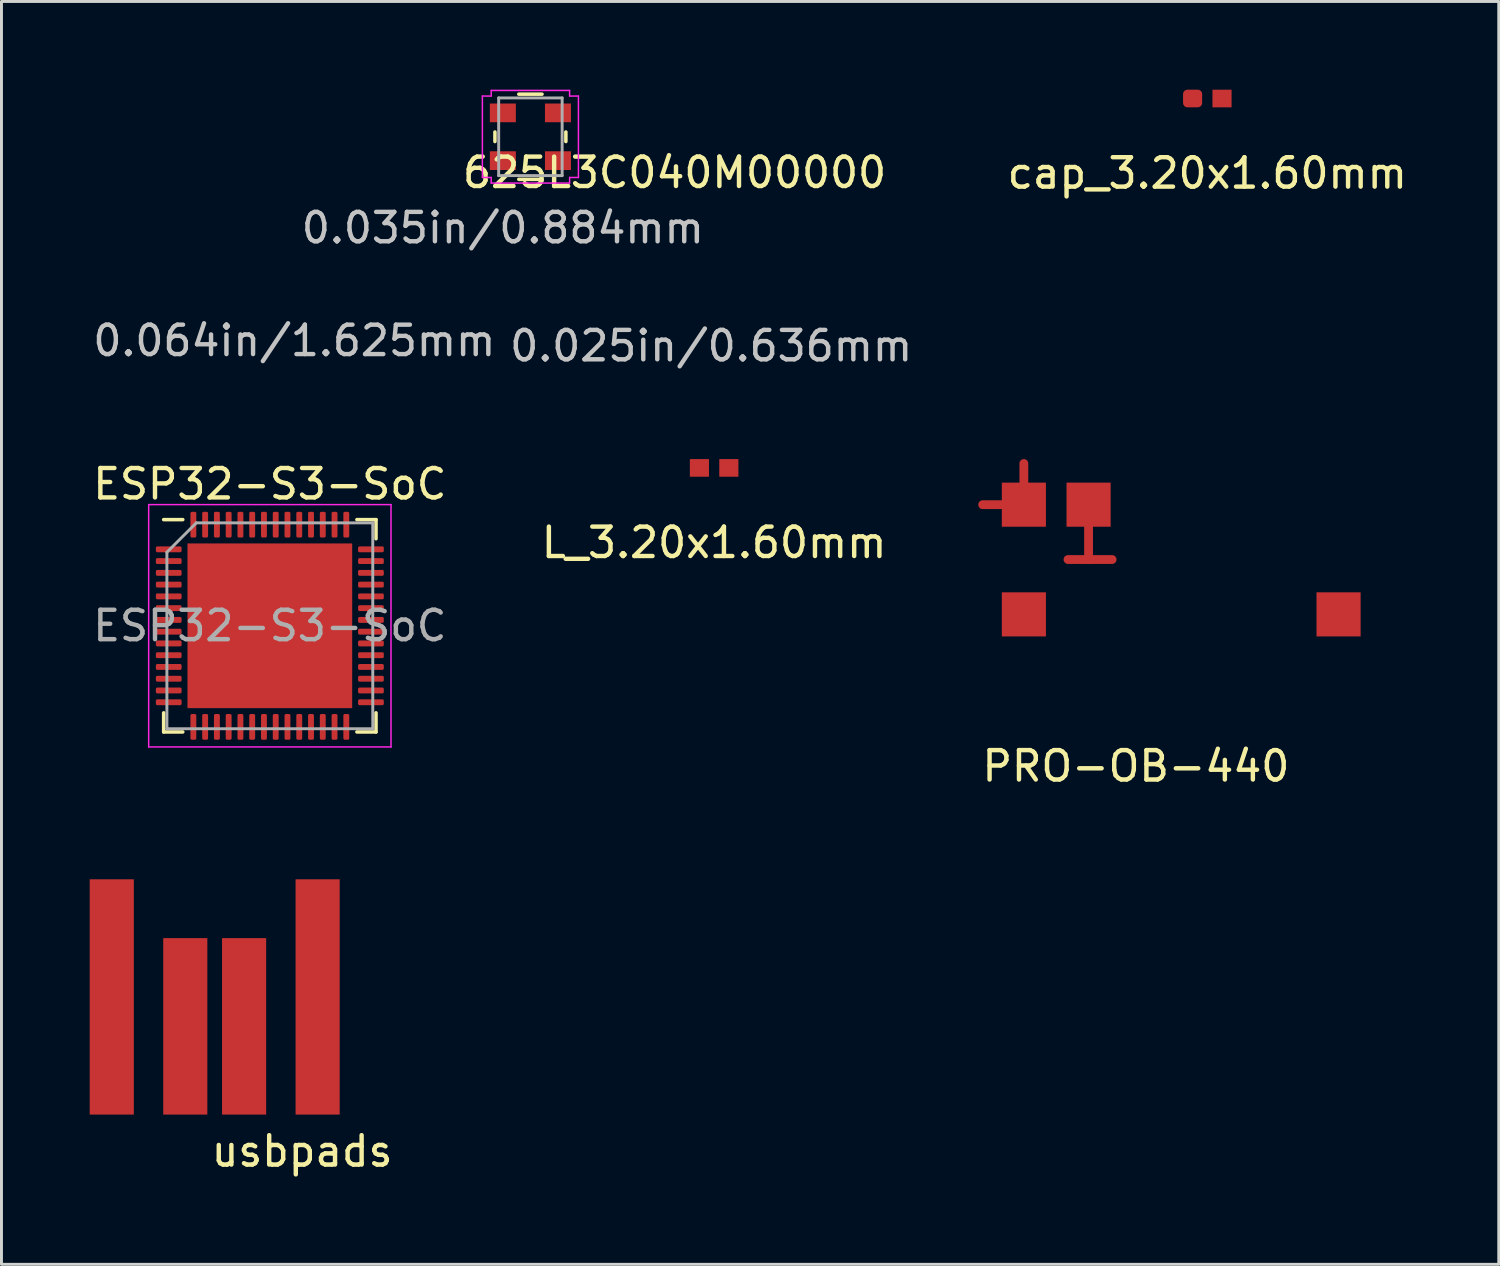
<source format=kicad_pcb>
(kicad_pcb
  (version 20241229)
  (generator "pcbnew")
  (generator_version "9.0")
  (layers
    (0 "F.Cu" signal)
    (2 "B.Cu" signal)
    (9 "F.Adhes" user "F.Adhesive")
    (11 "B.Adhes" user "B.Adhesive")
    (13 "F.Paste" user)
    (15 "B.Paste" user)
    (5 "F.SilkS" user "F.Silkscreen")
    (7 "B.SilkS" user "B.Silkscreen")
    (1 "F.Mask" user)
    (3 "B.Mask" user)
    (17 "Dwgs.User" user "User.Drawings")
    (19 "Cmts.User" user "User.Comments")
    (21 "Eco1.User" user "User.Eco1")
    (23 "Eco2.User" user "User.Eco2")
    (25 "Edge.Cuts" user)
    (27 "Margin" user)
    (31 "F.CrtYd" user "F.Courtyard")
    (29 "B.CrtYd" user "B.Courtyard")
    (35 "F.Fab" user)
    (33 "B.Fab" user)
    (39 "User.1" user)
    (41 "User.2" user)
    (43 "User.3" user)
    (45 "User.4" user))
  (footprint "usbpads"
    (layer "F.Cu")
    (at 4.25 34.848)
    (property "Reference" "usbpads" (at 2.972 1.245 0) (layer "F.SilkS") (effects (font (size 1 1) (thickness 0.15))))
    (attr through_hole)
    (pad "1" smd rect (at -3.5 -4) (size 1.5 8) (layers "F.Cu" "F.Mask" "F.Paste"))
    (pad "2" smd rect (at -1 -3) (size 1.5 6) (layers "F.Cu" "F.Mask" "F.Paste"))
    (pad "3" smd rect (at 1 -3) (size 1.5 6) (layers "F.Cu" "F.Mask" "F.Paste"))
    (pad "4" smd rect (at 3.5 -4) (size 1.5 8) (layers "F.Cu" "F.Mask" "F.Paste")))
  (footprint "cap_3.20x1.60mm"
    (layer "F.Cu")
    (at 38.001 0.3)
    (property "Reference" "cap_3.20x1.60mm" (at 0 2.54 180) (layer "F.SilkS") (effects (font (size 1 1) (thickness 0.15))))
    (attr through_hole)
    (pad "1" smd roundrect (at -0.5 0) (size 0.65 0.6) (layers "F.Cu" "F.Mask" "F.Paste") (roundrect_rratio 0.25))
    (pad "2" smd rect (at 0.5 0) (size 0.65 0.6) (layers "F.Cu" "F.Mask" "F.Paste")))
  (footprint "625L3C040M00000"
    (layer "F.Cu")
    (at 14.985 1.6)
    (property "Reference" "625L3C040M00000" (at 4.902 1.219 0) (layer "F.SilkS") (effects (font (size 1 1) (thickness 0.15))))
    (attr through_hole)
    (fp_line (start -1.206 -0.162) (end -1.206 0.162) (stroke (width 0.12) (type solid)) (layer "F.SilkS"))
    (fp_line (start -0.395 1.448) (end 0.395 1.448) (stroke (width 0.12) (type solid)) (layer "F.SilkS"))
    (fp_line (start 0.395 -1.448) (end -0.395 -1.448) (stroke (width 0.12) (type solid)) (layer "F.SilkS"))
    (fp_line (start 1.206 0.162) (end 1.206 -0.162) (stroke (width 0.12) (type solid)) (layer "F.SilkS"))
    (fp_line (start -1.633 -1.384) (end -1.333 -1.384) (stroke (width 0.05) (type solid)) (layer "F.CrtYd"))
    (fp_line (start -1.633 1.384) (end -1.633 -1.384) (stroke (width 0.05) (type solid)) (layer "F.CrtYd"))
    (fp_line (start -1.333 -1.575) (end 1.333 -1.575) (stroke (width 0.05) (type solid)) (layer "F.CrtYd"))
    (fp_line (start -1.333 -1.384) (end -1.333 -1.575) (stroke (width 0.05) (type solid)) (layer "F.CrtYd"))
    (fp_line (start -1.333 1.384) (end -1.633 1.384) (stroke (width 0.05) (type solid)) (layer "F.CrtYd"))
    (fp_line (start -1.333 1.575) (end -1.333 1.384) (stroke (width 0.05) (type solid)) (layer "F.CrtYd"))
    (fp_line (start 1.333 -1.575) (end 1.333 -1.384) (stroke (width 0.05) (type solid)) (layer "F.CrtYd"))
    (fp_line (start 1.333 -1.384) (end 1.633 -1.384) (stroke (width 0.05) (type solid)) (layer "F.CrtYd"))
    (fp_line (start 1.333 1.384) (end 1.333 1.575) (stroke (width 0.05) (type solid)) (layer "F.CrtYd"))
    (fp_line (start 1.333 1.575) (end -1.333 1.575) (stroke (width 0.05) (type solid)) (layer "F.CrtYd"))
    (fp_line (start 1.633 -1.384) (end 1.633 1.384) (stroke (width 0.05) (type solid)) (layer "F.CrtYd"))
    (fp_line (start 1.633 1.384) (end 1.333 1.384) (stroke (width 0.05) (type solid)) (layer "F.CrtYd"))
    (fp_line (start -1.079 -1.321) (end -1.079 1.321) (stroke (width 0.1) (type solid)) (layer "F.Fab"))
    (fp_line (start -1.079 1.321) (end 1.079 1.321) (stroke (width 0.1) (type solid)) (layer "F.Fab"))
    (fp_line (start 1.079 -1.321) (end -1.079 -1.321) (stroke (width 0.1) (type solid)) (layer "F.Fab"))
    (fp_line (start 1.079 1.321) (end 1.079 -1.321) (stroke (width 0.1) (type solid)) (layer "F.Fab"))
    (fp_text user "0.064in/1.625mm" (at -8.026 6.934 0) (layer "Dwgs.User") (effects (font (size 1 1) (thickness 0.15))))
    (fp_text user "0.035in/0.884mm" (at -0.937 3.099 0) (layer "Dwgs.User") (effects (font (size 1 1) (thickness 0.15))))
    (fp_text user "0.025in/0.636mm" (at 6.147 7.112 0) (layer "Dwgs.User") (effects (font (size 1 1) (thickness 0.15))))
    (pad "1" smd rect (at -0.937 -0.812) (size 0.884 0.636) (layers "F.Cu" "F.Mask" "F.Paste"))
    (pad "2" smd rect (at -0.937 0.812) (size 0.884 0.636) (layers "F.Cu" "F.Mask" "F.Paste"))
    (pad "3" smd rect (at 0.937 0.812) (size 0.884 0.636) (layers "F.Cu" "F.Mask" "F.Paste"))
    (pad "4" smd rect (at 0.937 -0.812) (size 0.884 0.636) (layers "F.Cu" "F.Mask" "F.Paste")))
  (footprint "ESP32-S3-SoC"
    (layer "F.Cu")
    (at 6.125 18.228)
    (property "Reference" "ESP32-S3-SoC" (at 0 -4.82 0) (layer "F.SilkS") (effects (font (size 1 1) (thickness 0.15))))
    (attr smd)
    (fp_line (start -3.61 3.61) (end -3.61 2.96) (stroke (width 0.12) (type solid)) (layer "F.SilkS"))
    (fp_line (start -2.96 -3.61) (end -3.61 -3.61) (stroke (width 0.12) (type solid)) (layer "F.SilkS"))
    (fp_line (start -2.96 3.61) (end -3.61 3.61) (stroke (width 0.12) (type solid)) (layer "F.SilkS"))
    (fp_line (start 2.96 -3.61) (end 3.61 -3.61) (stroke (width 0.12) (type solid)) (layer "F.SilkS"))
    (fp_line (start 2.96 3.61) (end 3.61 3.61) (stroke (width 0.12) (type solid)) (layer "F.SilkS"))
    (fp_line (start 3.61 -3.61) (end 3.61 -2.96) (stroke (width 0.12) (type solid)) (layer "F.SilkS"))
    (fp_line (start 3.61 3.61) (end 3.61 2.96) (stroke (width 0.12) (type solid)) (layer "F.SilkS"))
    (fp_line (start -4.12 -4.12) (end -4.12 4.12) (stroke (width 0.05) (type solid)) (layer "F.CrtYd"))
    (fp_line (start -4.12 4.12) (end 4.12 4.12) (stroke (width 0.05) (type solid)) (layer "F.CrtYd"))
    (fp_line (start 4.12 -4.12) (end -4.12 -4.12) (stroke (width 0.05) (type solid)) (layer "F.CrtYd"))
    (fp_line (start 4.12 4.12) (end 4.12 -4.12) (stroke (width 0.05) (type solid)) (layer "F.CrtYd"))
    (fp_line (start -3.5 -2.5) (end -2.5 -3.5) (stroke (width 0.1) (type solid)) (layer "F.Fab"))
    (fp_line (start -3.5 3.5) (end -3.5 -2.5) (stroke (width 0.1) (type solid)) (layer "F.Fab"))
    (fp_line (start -2.5 -3.5) (end 3.5 -3.5) (stroke (width 0.1) (type solid)) (layer "F.Fab"))
    (fp_line (start 3.5 -3.5) (end 3.5 3.5) (stroke (width 0.1) (type solid)) (layer "F.Fab"))
    (fp_line (start 3.5 3.5) (end -3.5 3.5) (stroke (width 0.1) (type solid)) (layer "F.Fab"))
    (fp_text user "${REFERENCE}" (at 0 0 0) (layer "F.Fab") (effects (font (size 1 1) (thickness 0.15))))
    (pad "" smd roundrect (at -2.1 -2.1) (size 1.13 1.13) (layers "F.Paste") (roundrect_rratio 0.221))
    (pad "" smd roundrect (at -2.1 -0.7) (size 1.13 1.13) (layers "F.Paste") (roundrect_rratio 0.221))
    (pad "" smd roundrect (at -2.1 0.7) (size 1.13 1.13) (layers "F.Paste") (roundrect_rratio 0.221))
    (pad "" smd roundrect (at -2.1 2.1) (size 1.13 1.13) (layers "F.Paste") (roundrect_rratio 0.221))
    (pad "" smd roundrect (at -0.7 -2.1) (size 1.13 1.13) (layers "F.Paste") (roundrect_rratio 0.221))
    (pad "" smd roundrect (at -0.7 -0.7) (size 1.13 1.13) (layers "F.Paste") (roundrect_rratio 0.221))
    (pad "" smd roundrect (at -0.7 0.7) (size 1.13 1.13) (layers "F.Paste") (roundrect_rratio 0.221))
    (pad "" smd roundrect (at -0.7 2.1) (size 1.13 1.13) (layers "F.Paste") (roundrect_rratio 0.221))
    (pad "" smd roundrect (at 0.7 -2.1) (size 1.13 1.13) (layers "F.Paste") (roundrect_rratio 0.221))
    (pad "" smd roundrect (at 0.7 -0.7) (size 1.13 1.13) (layers "F.Paste") (roundrect_rratio 0.221))
    (pad "" smd roundrect (at 0.7 0.7) (size 1.13 1.13) (layers "F.Paste") (roundrect_rratio 0.221))
    (pad "" smd roundrect (at 0.7 2.1) (size 1.13 1.13) (layers "F.Paste") (roundrect_rratio 0.221))
    (pad "" smd roundrect (at 2.1 -2.1) (size 1.13 1.13) (layers "F.Paste") (roundrect_rratio 0.221))
    (pad "" smd roundrect (at 2.1 -0.7) (size 1.13 1.13) (layers "F.Paste") (roundrect_rratio 0.221))
    (pad "" smd roundrect (at 2.1 0.7) (size 1.13 1.13) (layers "F.Paste") (roundrect_rratio 0.221))
    (pad "" smd roundrect (at 2.1 2.1) (size 1.13 1.13) (layers "F.Paste") (roundrect_rratio 0.221))
    (pad "1" smd roundrect (at -3.438 -2.6) (size 0.875 0.2) (layers "F.Cu" "F.Mask" "F.Paste") (roundrect_rratio 0.25))
    (pad "2" smd roundrect (at -3.438 -2.2) (size 0.875 0.2) (layers "F.Cu" "F.Mask" "F.Paste") (roundrect_rratio 0.25))
    (pad "3" smd roundrect (at -3.438 -1.8) (size 0.875 0.2) (layers "F.Cu" "F.Mask" "F.Paste") (roundrect_rratio 0.25))
    (pad "4" smd roundrect (at -3.438 -1.4) (size 0.875 0.2) (layers "F.Cu" "F.Mask" "F.Paste") (roundrect_rratio 0.25))
    (pad "5" smd roundrect (at -3.438 -1) (size 0.875 0.2) (layers "F.Cu" "F.Mask" "F.Paste") (roundrect_rratio 0.25))
    (pad "6" smd roundrect (at -3.438 -0.6) (size 0.875 0.2) (layers "F.Cu" "F.Mask" "F.Paste") (roundrect_rratio 0.25))
    (pad "7" smd roundrect (at -3.438 -0.2) (size 0.875 0.2) (layers "F.Cu" "F.Mask" "F.Paste") (roundrect_rratio 0.25))
    (pad "8" smd roundrect (at -3.438 0.2) (size 0.875 0.2) (layers "F.Cu" "F.Mask" "F.Paste") (roundrect_rratio 0.25))
    (pad "9" smd roundrect (at -3.438 0.6) (size 0.875 0.2) (layers "F.Cu" "F.Mask" "F.Paste") (roundrect_rratio 0.25))
    (pad "10" smd roundrect (at -3.438 1) (size 0.875 0.2) (layers "F.Cu" "F.Mask" "F.Paste") (roundrect_rratio 0.25))
    (pad "11" smd roundrect (at -3.438 1.4) (size 0.875 0.2) (layers "F.Cu" "F.Mask" "F.Paste") (roundrect_rratio 0.25))
    (pad "12" smd roundrect (at -3.438 1.8) (size 0.875 0.2) (layers "F.Cu" "F.Mask" "F.Paste") (roundrect_rratio 0.25))
    (pad "13" smd roundrect (at -3.438 2.2) (size 0.875 0.2) (layers "F.Cu" "F.Mask" "F.Paste") (roundrect_rratio 0.25))
    (pad "14" smd roundrect (at -3.438 2.6) (size 0.875 0.2) (layers "F.Cu" "F.Mask" "F.Paste") (roundrect_rratio 0.25))
    (pad "15" smd roundrect (at -2.6 3.438) (size 0.2 0.875) (layers "F.Cu" "F.Mask" "F.Paste") (roundrect_rratio 0.25))
    (pad "16" smd roundrect (at -2.2 3.438) (size 0.2 0.875) (layers "F.Cu" "F.Mask" "F.Paste") (roundrect_rratio 0.25))
    (pad "17" smd roundrect (at -1.8 3.438) (size 0.2 0.875) (layers "F.Cu" "F.Mask" "F.Paste") (roundrect_rratio 0.25))
    (pad "18" smd roundrect (at -1.4 3.438) (size 0.2 0.875) (layers "F.Cu" "F.Mask" "F.Paste") (roundrect_rratio 0.25))
    (pad "19" smd roundrect (at -1 3.438) (size 0.2 0.875) (layers "F.Cu" "F.Mask" "F.Paste") (roundrect_rratio 0.25))
    (pad "20" smd roundrect (at -0.6 3.438) (size 0.2 0.875) (layers "F.Cu" "F.Mask" "F.Paste") (roundrect_rratio 0.25))
    (pad "21" smd roundrect (at -0.2 3.438) (size 0.2 0.875) (layers "F.Cu" "F.Mask" "F.Paste") (roundrect_rratio 0.25))
    (pad "22" smd roundrect (at 0.2 3.438) (size 0.2 0.875) (layers "F.Cu" "F.Mask" "F.Paste") (roundrect_rratio 0.25))
    (pad "23" smd roundrect (at 0.6 3.438) (size 0.2 0.875) (layers "F.Cu" "F.Mask" "F.Paste") (roundrect_rratio 0.25))
    (pad "24" smd roundrect (at 1 3.438) (size 0.2 0.875) (layers "F.Cu" "F.Mask" "F.Paste") (roundrect_rratio 0.25))
    (pad "25" smd roundrect (at 1.4 3.438) (size 0.2 0.875) (layers "F.Cu" "F.Mask" "F.Paste") (roundrect_rratio 0.25))
    (pad "26" smd roundrect (at 1.8 3.438) (size 0.2 0.875) (layers "F.Cu" "F.Mask" "F.Paste") (roundrect_rratio 0.25))
    (pad "27" smd roundrect (at 2.2 3.438) (size 0.2 0.875) (layers "F.Cu" "F.Mask" "F.Paste") (roundrect_rratio 0.25))
    (pad "28" smd roundrect (at 2.6 3.438) (size 0.2 0.875) (layers "F.Cu" "F.Mask" "F.Paste") (roundrect_rratio 0.25))
    (pad "29" smd roundrect (at 3.438 2.6) (size 0.875 0.2) (layers "F.Cu" "F.Mask" "F.Paste") (roundrect_rratio 0.25))
    (pad "30" smd roundrect (at 3.438 2.2) (size 0.875 0.2) (layers "F.Cu" "F.Mask" "F.Paste") (roundrect_rratio 0.25))
    (pad "31" smd roundrect (at 3.438 1.8) (size 0.875 0.2) (layers "F.Cu" "F.Mask" "F.Paste") (roundrect_rratio 0.25))
    (pad "32" smd roundrect (at 3.438 1.4) (size 0.875 0.2) (layers "F.Cu" "F.Mask" "F.Paste") (roundrect_rratio 0.25))
    (pad "33" smd roundrect (at 3.438 1) (size 0.875 0.2) (layers "F.Cu" "F.Mask" "F.Paste") (roundrect_rratio 0.25))
    (pad "34" smd roundrect (at 3.438 0.6) (size 0.875 0.2) (layers "F.Cu" "F.Mask" "F.Paste") (roundrect_rratio 0.25))
    (pad "35" smd roundrect (at 3.438 0.2) (size 0.875 0.2) (layers "F.Cu" "F.Mask" "F.Paste") (roundrect_rratio 0.25))
    (pad "36" smd roundrect (at 3.438 -0.2) (size 0.875 0.2) (layers "F.Cu" "F.Mask" "F.Paste") (roundrect_rratio 0.25))
    (pad "37" smd roundrect (at 3.438 -0.6) (size 0.875 0.2) (layers "F.Cu" "F.Mask" "F.Paste") (roundrect_rratio 0.25))
    (pad "38" smd roundrect (at 3.438 -1) (size 0.875 0.2) (layers "F.Cu" "F.Mask" "F.Paste") (roundrect_rratio 0.25))
    (pad "39" smd roundrect (at 3.438 -1.4) (size 0.875 0.2) (layers "F.Cu" "F.Mask" "F.Paste") (roundrect_rratio 0.25))
    (pad "40" smd roundrect (at 3.438 -1.8) (size 0.875 0.2) (layers "F.Cu" "F.Mask" "F.Paste") (roundrect_rratio 0.25))
    (pad "41" smd roundrect (at 3.438 -2.2) (size 0.875 0.2) (layers "F.Cu" "F.Mask" "F.Paste") (roundrect_rratio 0.25))
    (pad "42" smd roundrect (at 3.438 -2.6) (size 0.875 0.2) (layers "F.Cu" "F.Mask" "F.Paste") (roundrect_rratio 0.25))
    (pad "43" smd roundrect (at 2.6 -3.438) (size 0.2 0.875) (layers "F.Cu" "F.Mask" "F.Paste") (roundrect_rratio 0.25))
    (pad "44" smd roundrect (at 2.2 -3.438) (size 0.2 0.875) (layers "F.Cu" "F.Mask" "F.Paste") (roundrect_rratio 0.25))
    (pad "45" smd roundrect (at 1.8 -3.438) (size 0.2 0.875) (layers "F.Cu" "F.Mask" "F.Paste") (roundrect_rratio 0.25))
    (pad "46" smd roundrect (at 1.4 -3.438) (size 0.2 0.875) (layers "F.Cu" "F.Mask" "F.Paste") (roundrect_rratio 0.25))
    (pad "47" smd roundrect (at 1 -3.438) (size 0.2 0.875) (layers "F.Cu" "F.Mask" "F.Paste") (roundrect_rratio 0.25))
    (pad "48" smd roundrect (at 0.6 -3.438) (size 0.2 0.875) (layers "F.Cu" "F.Mask" "F.Paste") (roundrect_rratio 0.25))
    (pad "49" smd roundrect (at 0.2 -3.438) (size 0.2 0.875) (layers "F.Cu" "F.Mask" "F.Paste") (roundrect_rratio 0.25))
    (pad "50" smd roundrect (at -0.2 -3.438) (size 0.2 0.875) (layers "F.Cu" "F.Mask" "F.Paste") (roundrect_rratio 0.25))
    (pad "51" smd roundrect (at -0.6 -3.438) (size 0.2 0.875) (layers "F.Cu" "F.Mask" "F.Paste") (roundrect_rratio 0.25))
    (pad "52" smd roundrect (at -1 -3.438) (size 0.2 0.875) (layers "F.Cu" "F.Mask" "F.Paste") (roundrect_rratio 0.25))
    (pad "53" smd roundrect (at -1.4 -3.438) (size 0.2 0.875) (layers "F.Cu" "F.Mask" "F.Paste") (roundrect_rratio 0.25))
    (pad "54" smd roundrect (at -1.8 -3.438) (size 0.2 0.875) (layers "F.Cu" "F.Mask" "F.Paste") (roundrect_rratio 0.25))
    (pad "55" smd roundrect (at -2.2 -3.438) (size 0.2 0.875) (layers "F.Cu" "F.Mask" "F.Paste") (roundrect_rratio 0.25))
    (pad "56" smd roundrect (at -2.6 -3.438) (size 0.2 0.875) (layers "F.Cu" "F.Mask" "F.Paste") (roundrect_rratio 0.25))
    (pad "57" smd rect (at 0 0) (size 5.6 5.6) (layers "F.Cu" "F.Mask")))
  (footprint "L_3.20x1.60mm"
    (layer "F.Cu")
    (at 21.232 12.86)
    (property "Reference" "L_3.20x1.60mm" (at 0 2.54 180) (layer "F.SilkS") (effects (font (size 1 1) (thickness 0.15))))
    (attr through_hole)
    (pad "1" smd rect (at -0.5 0) (size 0.65 0.6) (layers "F.Cu" "F.Mask" "F.Paste"))
    (pad "2" smd rect (at 0.5 0) (size 0.65 0.6) (layers "F.Cu" "F.Mask" "F.Paste")))
  (footprint "PRO-OB-440"
    (layer "F.Cu")
    (at 31.764 14.11)
    (property "Reference" "PRO-OB-440" (at 3.81 8.89 0) (layer "F.SilkS") (effects (font (size 1 1) (thickness 0.15))))
    (attr through_hole)
    (fp_line (start 0 0) (end -1.4 0) (stroke (width 0.3) (type solid)) (layer "F.Cu"))
    (fp_line (start 0 0) (end 0 -1.4) (stroke (width 0.3) (type solid)) (layer "F.Cu"))
    (fp_line (start 1.5 1.865) (end 3 1.865) (stroke (width 0.3) (type solid)) (layer "F.Cu"))
    (fp_line (start 2.2 0) (end 2.2 1.865) (stroke (width 0.3) (type solid)) (layer "F.Cu"))
    (pad "1" smd rect (at 0 0) (size 1.5 1.5) (layers "F.Cu" "F.Mask" "F.Paste"))
    (pad "2" smd rect (at 2.2 0) (size 1.5 1.5) (layers "F.Cu" "F.Mask" "F.Paste"))
    (pad "3" smd rect (at 0 3.73) (size 1.5 1.5) (layers "F.Cu" "F.Mask" "F.Paste"))
    (pad "4" smd rect (at 10.7 3.73) (size 1.5 1.5) (layers "F.Cu" "F.Mask" "F.Paste")))
  (gr_rect
    (start -3 -3)
    (end 47.911 39.941)
    (stroke (width 0.1) (type default))
    (fill no)
    (layer "Edge.Cuts")))
</source>
